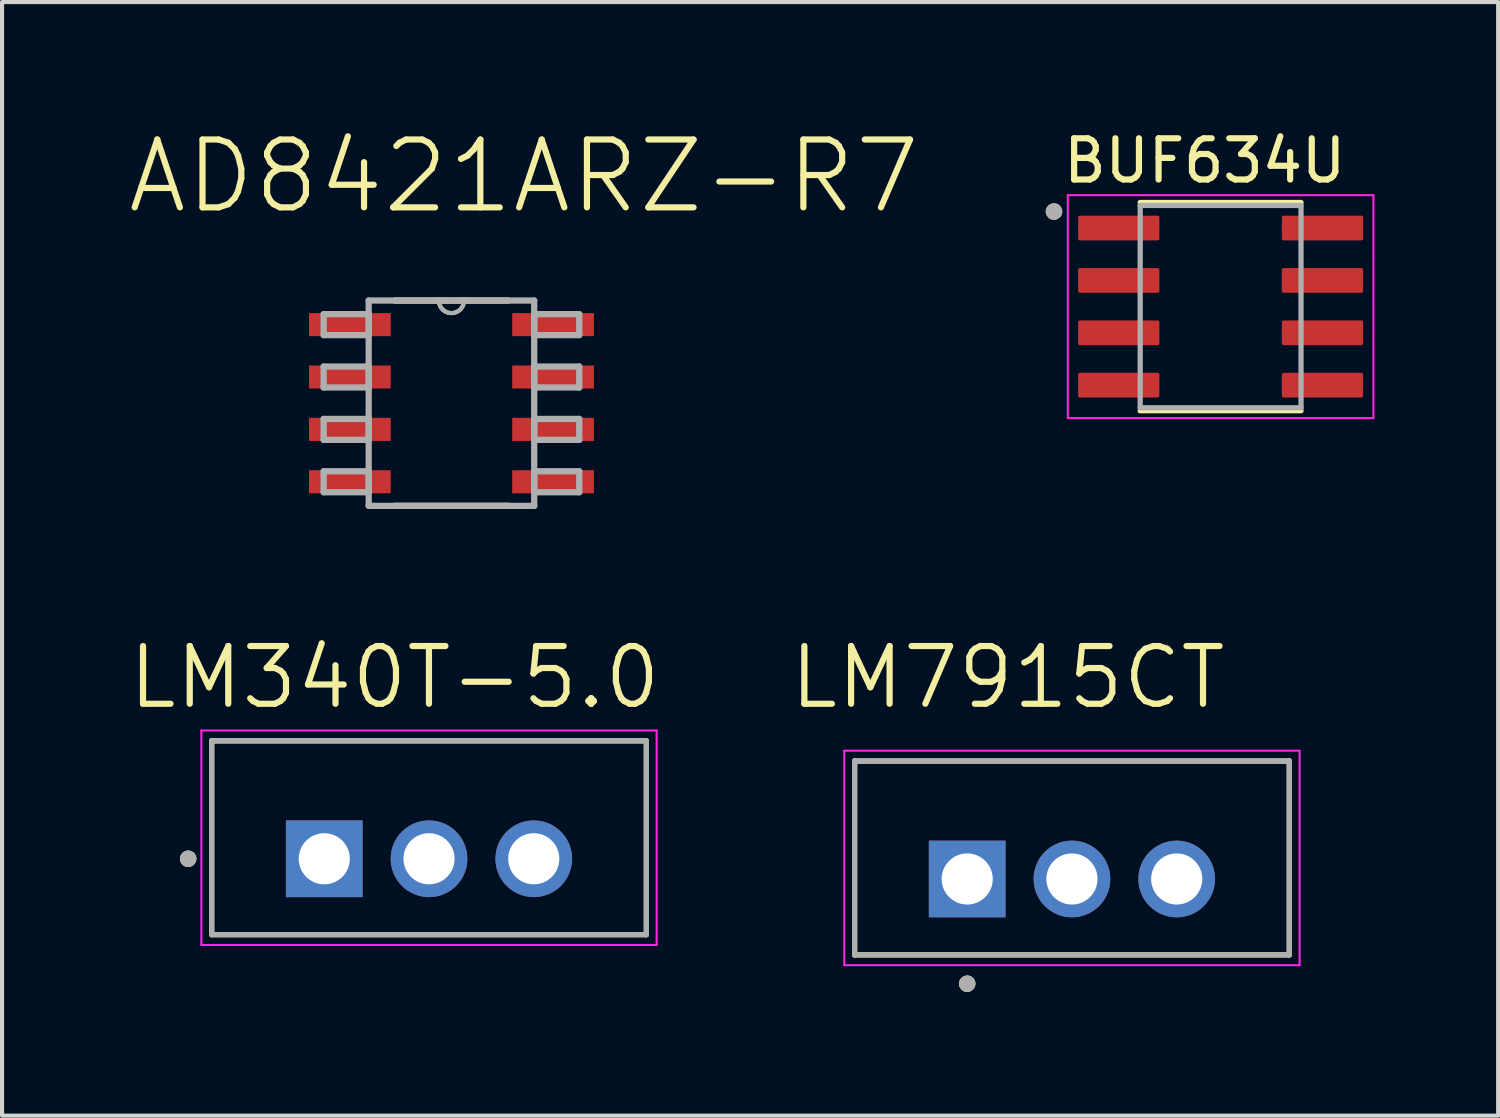
<source format=kicad_pcb>
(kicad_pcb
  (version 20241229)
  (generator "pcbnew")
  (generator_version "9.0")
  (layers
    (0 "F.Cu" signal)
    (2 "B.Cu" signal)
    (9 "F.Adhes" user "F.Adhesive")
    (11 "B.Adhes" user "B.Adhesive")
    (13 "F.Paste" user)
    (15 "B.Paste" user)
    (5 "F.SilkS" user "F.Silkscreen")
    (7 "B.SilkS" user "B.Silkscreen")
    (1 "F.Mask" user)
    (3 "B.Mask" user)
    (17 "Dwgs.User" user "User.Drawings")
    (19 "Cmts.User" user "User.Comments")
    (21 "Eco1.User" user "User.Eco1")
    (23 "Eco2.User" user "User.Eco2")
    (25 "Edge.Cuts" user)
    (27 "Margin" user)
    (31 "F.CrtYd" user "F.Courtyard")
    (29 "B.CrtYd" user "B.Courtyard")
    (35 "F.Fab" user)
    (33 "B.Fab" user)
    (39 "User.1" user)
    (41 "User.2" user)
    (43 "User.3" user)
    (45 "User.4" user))
  (footprint "LM7915CT"
    (layer "F.Cu")
    (at 22.943 18.264)
    (property "Reference" "LM7915CT" (at -1.555 -4.889 0) (layer "F.SilkS") (effects (font (size 1.4 1.4) (thickness 0.15))))
    (attr through_hole)
    (fp_line (start -5.27 -2.86) (end 5.27 -2.86) (stroke (width 0.127) (type solid)) (layer "F.SilkS"))
    (fp_line (start -5.27 1.84) (end -5.27 -2.86) (stroke (width 0.127) (type solid)) (layer "F.SilkS"))
    (fp_line (start 5.27 -2.86) (end 5.27 1.84) (stroke (width 0.127) (type solid)) (layer "F.SilkS"))
    (fp_line (start 5.27 1.84) (end -5.27 1.84) (stroke (width 0.127) (type solid)) (layer "F.SilkS"))
    (fp_circle (center -2.54 2.54) (end -2.44 2.54) (stroke (width 0.2) (type solid)) (fill no) (layer "F.SilkS"))
    (fp_line (start -5.52 -3.11) (end 5.52 -3.11) (stroke (width 0.05) (type solid)) (layer "F.CrtYd"))
    (fp_line (start -5.52 2.09) (end -5.52 -3.11) (stroke (width 0.05) (type solid)) (layer "F.CrtYd"))
    (fp_line (start 5.52 -3.11) (end 5.52 2.09) (stroke (width 0.05) (type solid)) (layer "F.CrtYd"))
    (fp_line (start 5.52 2.09) (end -5.52 2.09) (stroke (width 0.05) (type solid)) (layer "F.CrtYd"))
    (fp_line (start -5.27 -2.86) (end 5.27 -2.86) (stroke (width 0.127) (type solid)) (layer "F.Fab"))
    (fp_line (start -5.27 1.84) (end -5.27 -2.86) (stroke (width 0.127) (type solid)) (layer "F.Fab"))
    (fp_line (start 5.27 -2.86) (end 5.27 1.84) (stroke (width 0.127) (type solid)) (layer "F.Fab"))
    (fp_line (start 5.27 1.84) (end -5.27 1.84) (stroke (width 0.127) (type solid)) (layer "F.Fab"))
    (fp_circle (center -2.54 2.54) (end -2.44 2.54) (stroke (width 0.2) (type solid)) (fill no) (layer "F.Fab"))
    (pad "1" thru_hole rect (at -2.54 0) (size 1.86 1.86) (drill 1.24) (layers "*.Cu" "*.Mask"))
    (pad "2" thru_hole circle (at 0 0) (size 1.86 1.86) (drill 1.24) (layers "*.Cu" "*.Mask"))
    (pad "3" thru_hole circle (at 2.54 0) (size 1.86 1.86) (drill 1.24) (layers "*.Cu" "*.Mask")))
  (footprint "LM340T-5.0"
    (layer "F.Cu")
    (at 7.353 17.774)
    (property "Reference" "LM340T-5.0" (at -0.835 -4.399 0) (layer "F.SilkS") (effects (font (size 1.4 1.4) (thickness 0.15))))
    (attr through_hole)
    (fp_line (start -5.27 -2.86) (end -5.27 1.84) (stroke (width 0.127) (type solid)) (layer "F.SilkS"))
    (fp_line (start -5.27 1.84) (end 5.27 1.84) (stroke (width 0.127) (type solid)) (layer "F.SilkS"))
    (fp_line (start 5.27 -2.86) (end -5.27 -2.86) (stroke (width 0.127) (type solid)) (layer "F.SilkS"))
    (fp_line (start 5.27 1.84) (end 5.27 -2.86) (stroke (width 0.127) (type solid)) (layer "F.SilkS"))
    (fp_circle (center -5.84 0) (end -5.74 0) (stroke (width 0.2) (type solid)) (fill no) (layer "F.SilkS"))
    (fp_line (start -5.52 -3.11) (end -5.52 2.09) (stroke (width 0.05) (type solid)) (layer "F.CrtYd"))
    (fp_line (start -5.52 2.09) (end 5.52 2.09) (stroke (width 0.05) (type solid)) (layer "F.CrtYd"))
    (fp_line (start 5.52 -3.11) (end -5.52 -3.11) (stroke (width 0.05) (type solid)) (layer "F.CrtYd"))
    (fp_line (start 5.52 2.09) (end 5.52 -3.11) (stroke (width 0.05) (type solid)) (layer "F.CrtYd"))
    (fp_line (start -5.27 -2.86) (end -5.27 1.84) (stroke (width 0.127) (type solid)) (layer "F.Fab"))
    (fp_line (start -5.27 1.84) (end 5.27 1.84) (stroke (width 0.127) (type solid)) (layer "F.Fab"))
    (fp_line (start 5.27 -2.86) (end -5.27 -2.86) (stroke (width 0.127) (type solid)) (layer "F.Fab"))
    (fp_line (start 5.27 1.84) (end 5.27 -2.86) (stroke (width 0.127) (type solid)) (layer "F.Fab"))
    (fp_circle (center -5.84 0) (end -5.74 0) (stroke (width 0.2) (type solid)) (fill no) (layer "F.Fab"))
    (pad "1" thru_hole rect (at -2.54 0) (size 1.86 1.86) (drill 1.24) (layers "*.Cu" "*.Mask"))
    (pad "2" thru_hole circle (at 0 0) (size 1.86 1.86) (drill 1.24) (layers "*.Cu" "*.Mask"))
    (pad "3" thru_hole circle (at 2.54 0) (size 1.86 1.86) (drill 1.24) (layers "*.Cu" "*.Mask")))
  (footprint "AD8421ARZ-R7"
    (layer "F.Cu")
    (at 7.897 6.727)
    (property "Reference" "AD8421ARZ-R7" (at 1.758 -5.502 0) (layer "F.SilkS") (effects (font (size 1.645 1.645) (thickness 0.15))))
    (attr smd)
    (fp_line (start -1.372 2.489) (end 1.372 2.489) (stroke (width 0.152) (type solid)) (layer "F.SilkS"))
    (fp_line (start -0.305 -2.489) (end -1.372 -2.489) (stroke (width 0.152) (type solid)) (layer "F.SilkS"))
    (fp_line (start 0.305 -2.489) (end -0.305 -2.489) (stroke (width 0.152) (type solid)) (layer "F.SilkS"))
    (fp_line (start 1.372 -2.489) (end 0.305 -2.489) (stroke (width 0.152) (type solid)) (layer "F.SilkS"))
    (fp_arc (start 0.3048 -2.4892) (mid 0 -2.1844) (end -0.3048 -2.4892) (stroke (width 0.1) (type solid)) (layer "F.SilkS"))
    (fp_line (start -3.099 -2.159) (end -3.099 -1.651) (stroke (width 0.152) (type solid)) (layer "F.Fab"))
    (fp_line (start -3.099 -1.651) (end -2.007 -1.651) (stroke (width 0.152) (type solid)) (layer "F.Fab"))
    (fp_line (start -3.099 -0.889) (end -3.099 -0.381) (stroke (width 0.152) (type solid)) (layer "F.Fab"))
    (fp_line (start -3.099 -0.381) (end -2.007 -0.381) (stroke (width 0.152) (type solid)) (layer "F.Fab"))
    (fp_line (start -3.099 0.381) (end -3.099 0.889) (stroke (width 0.152) (type solid)) (layer "F.Fab"))
    (fp_line (start -3.099 0.889) (end -2.007 0.889) (stroke (width 0.152) (type solid)) (layer "F.Fab"))
    (fp_line (start -3.099 1.651) (end -3.099 2.159) (stroke (width 0.152) (type solid)) (layer "F.Fab"))
    (fp_line (start -3.099 2.159) (end -2.007 2.159) (stroke (width 0.152) (type solid)) (layer "F.Fab"))
    (fp_line (start -2.007 -2.489) (end -2.007 2.489) (stroke (width 0.152) (type solid)) (layer "F.Fab"))
    (fp_line (start -2.007 -2.159) (end -3.099 -2.159) (stroke (width 0.152) (type solid)) (layer "F.Fab"))
    (fp_line (start -2.007 -1.651) (end -2.007 -2.159) (stroke (width 0.152) (type solid)) (layer "F.Fab"))
    (fp_line (start -2.007 -0.889) (end -3.099 -0.889) (stroke (width 0.152) (type solid)) (layer "F.Fab"))
    (fp_line (start -2.007 -0.381) (end -2.007 -0.889) (stroke (width 0.152) (type solid)) (layer "F.Fab"))
    (fp_line (start -2.007 0.381) (end -3.099 0.381) (stroke (width 0.152) (type solid)) (layer "F.Fab"))
    (fp_line (start -2.007 0.889) (end -2.007 0.381) (stroke (width 0.152) (type solid)) (layer "F.Fab"))
    (fp_line (start -2.007 1.651) (end -3.099 1.651) (stroke (width 0.152) (type solid)) (layer "F.Fab"))
    (fp_line (start -2.007 2.159) (end -2.007 1.651) (stroke (width 0.152) (type solid)) (layer "F.Fab"))
    (fp_line (start -2.007 2.489) (end 2.007 2.489) (stroke (width 0.152) (type solid)) (layer "F.Fab"))
    (fp_line (start -0.305 -2.489) (end -2.007 -2.489) (stroke (width 0.152) (type solid)) (layer "F.Fab"))
    (fp_line (start 0.305 -2.489) (end -0.305 -2.489) (stroke (width 0.152) (type solid)) (layer "F.Fab"))
    (fp_line (start 2.007 -2.489) (end 0.305 -2.489) (stroke (width 0.152) (type solid)) (layer "F.Fab"))
    (fp_line (start 2.007 -2.159) (end 2.007 -1.651) (stroke (width 0.152) (type solid)) (layer "F.Fab"))
    (fp_line (start 2.007 -1.651) (end 3.099 -1.651) (stroke (width 0.152) (type solid)) (layer "F.Fab"))
    (fp_line (start 2.007 -0.889) (end 2.007 -0.381) (stroke (width 0.152) (type solid)) (layer "F.Fab"))
    (fp_line (start 2.007 -0.381) (end 3.099 -0.381) (stroke (width 0.152) (type solid)) (layer "F.Fab"))
    (fp_line (start 2.007 0.381) (end 2.007 0.889) (stroke (width 0.152) (type solid)) (layer "F.Fab"))
    (fp_line (start 2.007 0.889) (end 3.099 0.889) (stroke (width 0.152) (type solid)) (layer "F.Fab"))
    (fp_line (start 2.007 1.651) (end 2.007 2.159) (stroke (width 0.152) (type solid)) (layer "F.Fab"))
    (fp_line (start 2.007 2.159) (end 3.099 2.159) (stroke (width 0.152) (type solid)) (layer "F.Fab"))
    (fp_line (start 2.007 2.489) (end 2.007 -2.489) (stroke (width 0.152) (type solid)) (layer "F.Fab"))
    (fp_line (start 3.099 -2.159) (end 2.007 -2.159) (stroke (width 0.152) (type solid)) (layer "F.Fab"))
    (fp_line (start 3.099 -1.651) (end 3.099 -2.159) (stroke (width 0.152) (type solid)) (layer "F.Fab"))
    (fp_line (start 3.099 -0.889) (end 2.007 -0.889) (stroke (width 0.152) (type solid)) (layer "F.Fab"))
    (fp_line (start 3.099 -0.381) (end 3.099 -0.889) (stroke (width 0.152) (type solid)) (layer "F.Fab"))
    (fp_line (start 3.099 0.381) (end 2.007 0.381) (stroke (width 0.152) (type solid)) (layer "F.Fab"))
    (fp_line (start 3.099 0.889) (end 3.099 0.381) (stroke (width 0.152) (type solid)) (layer "F.Fab"))
    (fp_line (start 3.099 1.651) (end 2.007 1.651) (stroke (width 0.152) (type solid)) (layer "F.Fab"))
    (fp_line (start 3.099 2.159) (end 3.099 1.651) (stroke (width 0.152) (type solid)) (layer "F.Fab"))
    (fp_arc (start 0.3048 -2.4892) (mid 0 -2.1844) (end -0.3048 -2.4892) (stroke (width 0.1) (type solid)) (layer "F.Fab"))
    (pad "1" smd rect (at -2.464 -1.905) (size 1.981 0.559) (layers "F.Cu" "F.Mask" "F.Paste"))
    (pad "2" smd rect (at -2.464 -0.635) (size 1.981 0.559) (layers "F.Cu" "F.Mask" "F.Paste"))
    (pad "3" smd rect (at -2.464 0.635) (size 1.981 0.559) (layers "F.Cu" "F.Mask" "F.Paste"))
    (pad "4" smd rect (at -2.464 1.905) (size 1.981 0.559) (layers "F.Cu" "F.Mask" "F.Paste"))
    (pad "5" smd rect (at 2.464 1.905) (size 1.981 0.559) (layers "F.Cu" "F.Mask" "F.Paste"))
    (pad "6" smd rect (at 2.464 0.635) (size 1.981 0.559) (layers "F.Cu" "F.Mask" "F.Paste"))
    (pad "7" smd rect (at 2.464 -0.635) (size 1.981 0.559) (layers "F.Cu" "F.Mask" "F.Paste"))
    (pad "8" smd rect (at 2.464 -1.905) (size 1.981 0.559) (layers "F.Cu" "F.Mask" "F.Paste")))
  (footprint "BUF634U"
    (layer "F.Cu")
    (at 26.548 4.385)
    (property "Reference" "BUF634U" (at -0.385 -3.537 0) (layer "F.SilkS") (effects (font (size 1 1) (thickness 0.15))))
    (attr smd)
    (fp_line (start -1.95 -2.525) (end 1.95 -2.525) (stroke (width 0.127) (type solid)) (layer "F.SilkS"))
    (fp_line (start -1.95 2.525) (end 1.95 2.525) (stroke (width 0.127) (type solid)) (layer "F.SilkS"))
    (fp_circle (center -4.04 -2.305) (end -3.94 -2.305) (stroke (width 0.2) (type solid)) (fill no) (layer "F.SilkS"))
    (fp_line (start -3.705 -2.703) (end -3.705 2.703) (stroke (width 0.05) (type solid)) (layer "F.CrtYd"))
    (fp_line (start -3.705 -2.703) (end 3.705 -2.703) (stroke (width 0.05) (type solid)) (layer "F.CrtYd"))
    (fp_line (start -3.705 2.703) (end 3.705 2.703) (stroke (width 0.05) (type solid)) (layer "F.CrtYd"))
    (fp_line (start 3.705 -2.703) (end 3.705 2.703) (stroke (width 0.05) (type solid)) (layer "F.CrtYd"))
    (fp_line (start -1.95 -2.453) (end -1.95 2.453) (stroke (width 0.127) (type solid)) (layer "F.Fab"))
    (fp_line (start -1.95 -2.453) (end 1.95 -2.453) (stroke (width 0.127) (type solid)) (layer "F.Fab"))
    (fp_line (start -1.95 2.453) (end 1.95 2.453) (stroke (width 0.127) (type solid)) (layer "F.Fab"))
    (fp_line (start 1.95 -2.453) (end 1.95 2.453) (stroke (width 0.127) (type solid)) (layer "F.Fab"))
    (fp_circle (center -4.04 -2.305) (end -3.94 -2.305) (stroke (width 0.2) (type solid)) (fill no) (layer "F.Fab"))
    (pad "1" smd roundrect (at -2.47 -1.905) (size 1.97 0.6) (layers "F.Cu" "F.Mask" "F.Paste") (roundrect_rratio 0.07))
    (pad "2" smd roundrect (at -2.47 -0.635) (size 1.97 0.6) (layers "F.Cu" "F.Mask" "F.Paste") (roundrect_rratio 0.07))
    (pad "3" smd roundrect (at -2.47 0.635) (size 1.97 0.6) (layers "F.Cu" "F.Mask" "F.Paste") (roundrect_rratio 0.07))
    (pad "4" smd roundrect (at -2.47 1.905) (size 1.97 0.6) (layers "F.Cu" "F.Mask" "F.Paste") (roundrect_rratio 0.07))
    (pad "5" smd roundrect (at 2.47 1.905) (size 1.97 0.6) (layers "F.Cu" "F.Mask" "F.Paste") (roundrect_rratio 0.07))
    (pad "6" smd roundrect (at 2.47 0.635) (size 1.97 0.6) (layers "F.Cu" "F.Mask" "F.Paste") (roundrect_rratio 0.07))
    (pad "7" smd roundrect (at 2.47 -0.635) (size 1.97 0.6) (layers "F.Cu" "F.Mask" "F.Paste") (roundrect_rratio 0.07))
    (pad "8" smd roundrect (at 2.47 -1.905) (size 1.97 0.6) (layers "F.Cu" "F.Mask" "F.Paste") (roundrect_rratio 0.07)))
  (gr_rect
    (start -3 -3)
    (end 33.278 24.004)
    (stroke (width 0.1) (type default))
    (fill no)
    (layer "Edge.Cuts")))
</source>
